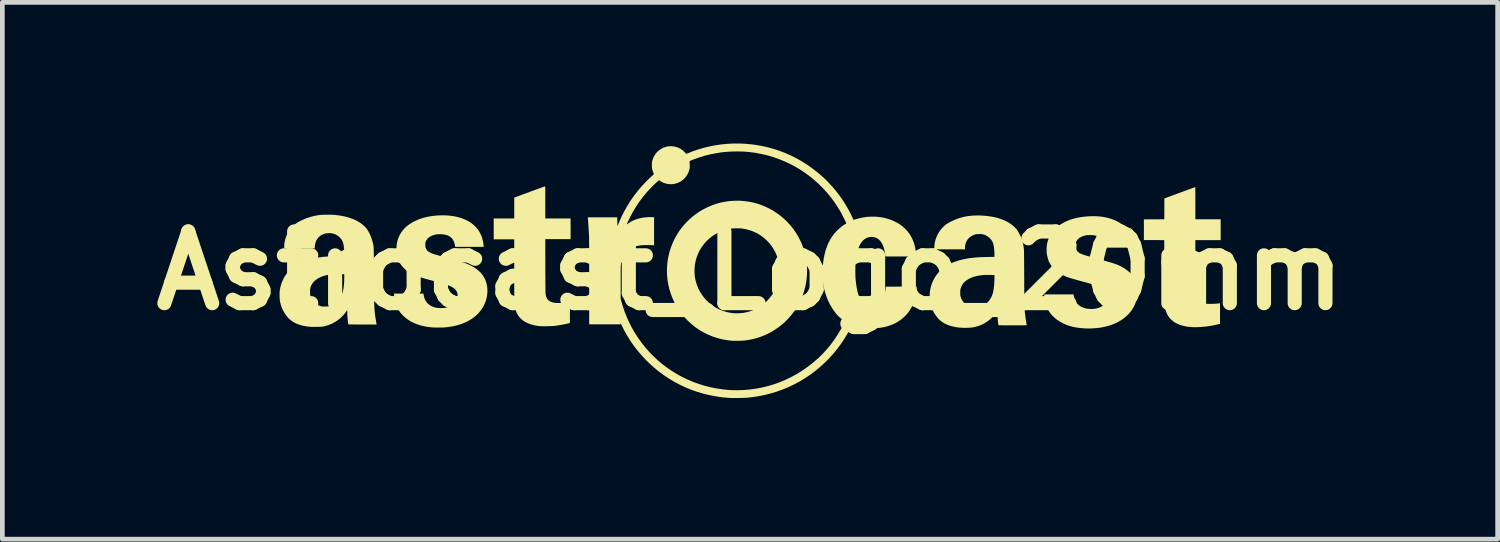
<source format=kicad_pcb>
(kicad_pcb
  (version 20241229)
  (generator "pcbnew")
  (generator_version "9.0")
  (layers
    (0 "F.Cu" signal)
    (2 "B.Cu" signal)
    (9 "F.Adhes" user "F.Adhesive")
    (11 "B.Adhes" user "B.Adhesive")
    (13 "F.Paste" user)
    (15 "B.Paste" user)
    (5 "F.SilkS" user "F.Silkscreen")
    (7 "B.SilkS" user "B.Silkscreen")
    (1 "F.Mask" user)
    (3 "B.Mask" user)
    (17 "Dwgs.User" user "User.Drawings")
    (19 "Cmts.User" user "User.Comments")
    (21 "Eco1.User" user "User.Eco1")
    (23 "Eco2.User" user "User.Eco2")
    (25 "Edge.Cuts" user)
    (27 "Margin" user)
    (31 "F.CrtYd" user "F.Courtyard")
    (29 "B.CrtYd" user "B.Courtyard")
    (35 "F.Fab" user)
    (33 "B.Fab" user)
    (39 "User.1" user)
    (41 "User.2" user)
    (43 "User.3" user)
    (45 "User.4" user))
  (footprint "Astrocast_Logo_20mm"
    (layer "F.Cu")
    (at 12.889 2.703)
    (property "Reference" "Astrocast_Logo_20mm" (at 0 0 0) (layer "F.SilkS") (effects (font (size 1.524 1.524) (thickness 0.3))))
    (attr board_only exclude_from_pos_files exclude_from_bom)
    (fp_poly (pts (xy -4.356 -1.793) (xy -4.355 -1.793) (xy -4.354 -1.791) (xy -4.354 -1.788) (xy -4.353 -1.783) (xy -4.353 -1.775) (xy -4.352 -1.765) (xy -4.352 -1.752) (xy -4.351 -1.736) (xy -4.351 -1.716) (xy -4.351 -1.691) (xy -4.351 -1.662) (xy -4.351 -1.628) (xy -4.351 -1.589) (xy -4.351 -1.544) (xy -4.351 -1.493) (xy -4.351 -1.452) (xy -4.351 -1.11) (xy -3.813 -1.11) (xy -3.813 -0.671) (xy -4.351 -0.671) (xy -4.35 -0.098) (xy -4.35 -0.021) (xy -4.35 0.05) (xy -4.349 0.114) (xy -4.349 0.173) (xy -4.349 0.225) (xy -4.349 0.272) (xy -4.348 0.314) (xy -4.348 0.351) (xy -4.348 0.383) (xy -4.347 0.411) (xy -4.347 0.434) (xy -4.347 0.454) (xy -4.346 0.47) (xy -4.346 0.482) (xy -4.345 0.491) (xy -4.345 0.498) (xy -4.344 0.5) (xy -4.336 0.539) (xy -4.324 0.573) (xy -4.308 0.601) (xy -4.288 0.625) (xy -4.264 0.644) (xy -4.234 0.66) (xy -4.199 0.672) (xy -4.174 0.678) (xy -4.163 0.68) (xy -4.153 0.682) (xy -4.142 0.683) (xy -4.13 0.684) (xy -4.116 0.685) (xy -4.099 0.685) (xy -4.077 0.686) (xy -4.05 0.686) (xy -4.036 0.686) (xy -3.984 0.685) (xy -3.937 0.684) (xy -3.897 0.682) (xy -3.863 0.679) (xy -3.838 0.675) (xy -3.826 0.673) (xy -3.827 0.892) (xy -3.828 1.111) (xy -3.859 1.119) (xy -3.91 1.131) (xy -3.966 1.142) (xy -4.024 1.153) (xy -4.082 1.162) (xy -4.139 1.17) (xy -4.165 1.173) (xy -4.184 1.175) (xy -4.208 1.176) (xy -4.235 1.177) (xy -4.266 1.178) (xy -4.298 1.179) (xy -4.33 1.18) (xy -4.362 1.18) (xy -4.392 1.18) (xy -4.419 1.18) (xy -4.442 1.179) (xy -4.46 1.178) (xy -4.465 1.178) (xy -4.538 1.168) (xy -4.606 1.155) (xy -4.668 1.137) (xy -4.725 1.115) (xy -4.777 1.09) (xy -4.823 1.06) (xy -4.864 1.026) (xy -4.9 0.987) (xy -4.931 0.944) (xy -4.957 0.897) (xy -4.978 0.846) (xy -4.994 0.789) (xy -5.005 0.729) (xy -5.008 0.704) (xy -5.008 0.696) (xy -5.009 0.681) (xy -5.009 0.66) (xy -5.009 0.631) (xy -5.01 0.597) (xy -5.01 0.556) (xy -5.01 0.508) (xy -5.011 0.454) (xy -5.011 0.393) (xy -5.011 0.326) (xy -5.011 0.253) (xy -5.011 0.174) (xy -5.011 0.089) (xy -5.011 0.002) (xy -5.011 -0.667) (xy -5.447 -0.667) (xy -5.447 -1.11) (xy -5.011 -1.11) (xy -5.011 -1.554) (xy -4.687 -1.673) (xy -4.642 -1.69) (xy -4.599 -1.706) (xy -4.558 -1.721) (xy -4.519 -1.735) (xy -4.484 -1.748) (xy -4.452 -1.76) (xy -4.424 -1.77) (xy -4.4 -1.778) (xy -4.381 -1.785) (xy -4.367 -1.79) (xy -4.359 -1.793) (xy -4.357 -1.793)) (stroke (width 0) (type solid)) (fill yes) (layer "F.SilkS"))
    (fp_poly (pts (xy 9.462 -1.774) (xy 9.462 -1.764) (xy 9.463 -1.748) (xy 9.463 -1.727) (xy 9.463 -1.701) (xy 9.463 -1.671) (xy 9.464 -1.636) (xy 9.464 -1.598) (xy 9.464 -1.557) (xy 9.464 -1.512) (xy 9.464 -1.466) (xy 9.464 -1.435) (xy 9.464 -1.093) (xy 10.002 -1.093) (xy 10.002 -0.65) (xy 9.464 -0.65) (xy 9.464 -0.13) (xy 9.464 -0.053) (xy 9.464 0.017) (xy 9.464 0.081) (xy 9.465 0.139) (xy 9.465 0.192) (xy 9.465 0.24) (xy 9.465 0.282) (xy 9.466 0.32) (xy 9.466 0.354) (xy 9.467 0.384) (xy 9.467 0.411) (xy 9.468 0.434) (xy 9.469 0.454) (xy 9.47 0.472) (xy 9.471 0.487) (xy 9.472 0.5) (xy 9.473 0.512) (xy 9.474 0.523) (xy 9.476 0.532) (xy 9.478 0.541) (xy 9.487 0.575) (xy 9.5 0.605) (xy 9.517 0.63) (xy 9.539 0.652) (xy 9.565 0.669) (xy 9.597 0.683) (xy 9.634 0.693) (xy 9.676 0.7) (xy 9.685 0.702) (xy 9.703 0.703) (xy 9.726 0.704) (xy 9.752 0.704) (xy 9.781 0.704) (xy 9.812 0.704) (xy 9.844 0.703) (xy 9.875 0.702) (xy 9.905 0.7) (xy 9.931 0.699) (xy 9.954 0.697) (xy 9.972 0.694) (xy 9.981 0.693) (xy 9.988 0.691) (xy 9.988 1.129) (xy 9.944 1.14) (xy 9.869 1.157) (xy 9.793 1.171) (xy 9.716 1.183) (xy 9.64 1.191) (xy 9.566 1.197) (xy 9.494 1.2) (xy 9.427 1.2) (xy 9.389 1.198) (xy 9.317 1.192) (xy 9.251 1.182) (xy 9.189 1.167) (xy 9.131 1.149) (xy 9.077 1.126) (xy 9.071 1.123) (xy 9.027 1.1) (xy 8.988 1.072) (xy 8.952 1.041) (xy 8.941 1.03) (xy 8.91 0.996) (xy 8.885 0.96) (xy 8.863 0.921) (xy 8.845 0.879) (xy 8.83 0.833) (xy 8.817 0.781) (xy 8.812 0.749) (xy 8.811 0.744) (xy 8.81 0.739) (xy 8.81 0.732) (xy 8.809 0.725) (xy 8.809 0.716) (xy 8.808 0.705) (xy 8.808 0.692) (xy 8.807 0.677) (xy 8.807 0.659) (xy 8.807 0.638) (xy 8.806 0.613) (xy 8.806 0.586) (xy 8.806 0.554) (xy 8.806 0.518) (xy 8.806 0.478) (xy 8.805 0.433) (xy 8.805 0.383) (xy 8.805 0.327) (xy 8.805 0.266) (xy 8.805 0.199) (xy 8.805 0.126) (xy 8.805 0.047) (xy 8.805 0.032) (xy 8.803 -0.65) (xy 8.587 -0.651) (xy 8.37 -0.652) (xy 8.37 -1.091) (xy 8.587 -1.092) (xy 8.804 -1.093) (xy 8.805 -1.315) (xy 8.805 -1.536) (xy 9.132 -1.657) (xy 9.177 -1.673) (xy 9.221 -1.689) (xy 9.262 -1.704) (xy 9.3 -1.718) (xy 9.336 -1.731) (xy 9.368 -1.743) (xy 9.396 -1.753) (xy 9.419 -1.762) (xy 9.438 -1.769) (xy 9.452 -1.773) (xy 9.46 -1.776) (xy 9.462 -1.777)) (stroke (width 0) (type solid)) (fill yes) (layer "F.SilkS"))
    (fp_poly (pts (xy -0.131 -1.481) (xy -0.033 -1.468) (xy 0.065 -1.449) (xy 0.161 -1.423) (xy 0.213 -1.406) (xy 0.305 -1.37) (xy 0.394 -1.329) (xy 0.48 -1.282) (xy 0.563 -1.229) (xy 0.642 -1.171) (xy 0.717 -1.108) (xy 0.788 -1.04) (xy 0.855 -0.968) (xy 0.916 -0.891) (xy 0.973 -0.811) (xy 1.024 -0.727) (xy 1.069 -0.639) (xy 1.091 -0.592) (xy 1.127 -0.5) (xy 1.157 -0.406) (xy 1.18 -0.311) (xy 1.198 -0.214) (xy 1.208 -0.117) (xy 1.213 -0.02) (xy 1.211 0.078) (xy 1.203 0.175) (xy 1.189 0.271) (xy 1.168 0.366) (xy 1.141 0.46) (xy 1.108 0.552) (xy 1.069 0.641) (xy 1.024 0.729) (xy 1 0.769) (xy 0.945 0.854) (xy 0.885 0.934) (xy 0.82 1.009) (xy 0.751 1.08) (xy 0.677 1.146) (xy 0.6 1.206) (xy 0.519 1.261) (xy 0.434 1.311) (xy 0.346 1.355) (xy 0.255 1.393) (xy 0.162 1.426) (xy 0.065 1.452) (xy -0.019 1.469) (xy -0.054 1.475) (xy -0.086 1.479) (xy -0.116 1.483) (xy -0.147 1.486) (xy -0.179 1.488) (xy -0.215 1.489) (xy -0.257 1.489) (xy -0.257 1.489) (xy -0.284 1.49) (xy -0.311 1.49) (xy -0.337 1.489) (xy -0.359 1.489) (xy -0.377 1.488) (xy -0.39 1.488) (xy -0.39 1.488) (xy -0.493 1.475) (xy -0.594 1.457) (xy -0.692 1.432) (xy -0.787 1.401) (xy -0.879 1.364) (xy -0.969 1.321) (xy -1.055 1.272) (xy -1.139 1.217) (xy -1.168 1.195) (xy -1.246 1.132) (xy -1.32 1.065) (xy -1.388 0.993) (xy -1.451 0.918) (xy -1.509 0.839) (xy -1.561 0.756) (xy -1.608 0.671) (xy -1.648 0.583) (xy -1.683 0.492) (xy -1.712 0.4) (xy -1.735 0.305) (xy -1.752 0.209) (xy -1.762 0.111) (xy -1.766 0.012) (xy -1.766 0.002) (xy -1.179 0.002) (xy -1.179 0.039) (xy -1.177 0.072) (xy -1.175 0.102) (xy -1.171 0.133) (xy -1.165 0.167) (xy -1.164 0.174) (xy -1.147 0.246) (xy -1.123 0.318) (xy -1.094 0.388) (xy -1.058 0.455) (xy -1.017 0.519) (xy -0.971 0.58) (xy -0.92 0.636) (xy -0.917 0.638) (xy -0.859 0.692) (xy -0.797 0.74) (xy -0.732 0.782) (xy -0.664 0.818) (xy -0.592 0.848) (xy -0.518 0.872) (xy -0.441 0.89) (xy -0.361 0.902) (xy -0.347 0.903) (xy -0.331 0.904) (xy -0.309 0.905) (xy -0.284 0.904) (xy -0.257 0.904) (xy -0.228 0.903) (xy -0.201 0.901) (xy -0.176 0.899) (xy -0.155 0.897) (xy -0.145 0.896) (xy -0.081 0.884) (xy -0.022 0.869) (xy 0.035 0.85) (xy 0.092 0.826) (xy 0.132 0.807) (xy 0.2 0.769) (xy 0.263 0.726) (xy 0.323 0.677) (xy 0.378 0.624) (xy 0.428 0.567) (xy 0.473 0.506) (xy 0.513 0.442) (xy 0.547 0.374) (xy 0.576 0.303) (xy 0.598 0.23) (xy 0.609 0.181) (xy 0.616 0.146) (xy 0.621 0.113) (xy 0.624 0.081) (xy 0.626 0.048) (xy 0.626 0.012) (xy 0.625 -0.023) (xy 0.624 -0.061) (xy 0.622 -0.093) (xy 0.619 -0.123) (xy 0.615 -0.151) (xy 0.609 -0.181) (xy 0.601 -0.214) (xy 0.6 -0.218) (xy 0.59 -0.259) (xy 0.577 -0.297) (xy 0.563 -0.334) (xy 0.546 -0.373) (xy 0.534 -0.397) (xy 0.503 -0.455) (xy 0.47 -0.508) (xy 0.433 -0.559) (xy 0.39 -0.607) (xy 0.352 -0.647) (xy 0.293 -0.699) (xy 0.231 -0.746) (xy 0.166 -0.787) (xy 0.098 -0.821) (xy 0.026 -0.85) (xy -0.049 -0.873) (xy -0.128 -0.89) (xy -0.152 -0.894) (xy -0.174 -0.897) (xy -0.201 -0.899) (xy -0.231 -0.9) (xy -0.264 -0.9) (xy -0.297 -0.9) (xy -0.33 -0.9) (xy -0.36 -0.898) (xy -0.385 -0.896) (xy -0.4 -0.894) (xy -0.478 -0.879) (xy -0.554 -0.858) (xy -0.626 -0.831) (xy -0.696 -0.799) (xy -0.762 -0.761) (xy -0.825 -0.717) (xy -0.883 -0.669) (xy -0.937 -0.615) (xy -0.987 -0.557) (xy -1.032 -0.495) (xy -1.072 -0.428) (xy -1.082 -0.409) (xy -1.113 -0.34) (xy -1.138 -0.272) (xy -1.157 -0.202) (xy -1.17 -0.131) (xy -1.178 -0.058) (xy -1.179 0.002) (xy -1.766 0.002) (xy -1.763 -0.088) (xy -1.754 -0.188) (xy -1.75 -0.22) (xy -1.732 -0.315) (xy -1.709 -0.41) (xy -1.678 -0.503) (xy -1.642 -0.594) (xy -1.6 -0.683) (xy -1.553 -0.768) (xy -1.5 -0.849) (xy -1.467 -0.894) (xy -1.413 -0.961) (xy -1.354 -1.026) (xy -1.291 -1.088) (xy -1.227 -1.146) (xy -1.161 -1.197) (xy -1.154 -1.202) (xy -1.071 -1.259) (xy -0.984 -1.309) (xy -0.896 -1.353) (xy -0.805 -1.391) (xy -0.712 -1.423) (xy -0.617 -1.449) (xy -0.521 -1.468) (xy -0.424 -1.481) (xy -0.327 -1.487) (xy -0.229 -1.488)) (stroke (width 0) (type solid)) (fill yes) (layer "F.SilkS"))
    (fp_poly (pts (xy -6.487 -1.177) (xy -6.402 -1.172) (xy -6.32 -1.162) (xy -6.243 -1.148) (xy -6.169 -1.129) (xy -6.1 -1.106) (xy -6.036 -1.078) (xy -5.976 -1.046) (xy -5.921 -1.01) (xy -5.871 -0.97) (xy -5.825 -0.926) (xy -5.785 -0.878) (xy -5.751 -0.826) (xy -5.722 -0.77) (xy -5.699 -0.714) (xy -5.691 -0.687) (xy -5.683 -0.656) (xy -5.675 -0.624) (xy -5.669 -0.592) (xy -5.665 -0.562) (xy -5.662 -0.535) (xy -5.661 -0.518) (xy -5.661 -0.507) (xy -6.266 -0.507) (xy -6.272 -0.544) (xy -6.282 -0.588) (xy -6.297 -0.628) (xy -6.317 -0.663) (xy -6.341 -0.694) (xy -6.37 -0.719) (xy -6.404 -0.74) (xy -6.443 -0.756) (xy -6.487 -0.767) (xy -6.536 -0.774) (xy -6.587 -0.776) (xy -6.631 -0.775) (xy -6.671 -0.771) (xy -6.707 -0.763) (xy -6.741 -0.752) (xy -6.776 -0.738) (xy -6.776 -0.737) (xy -6.812 -0.717) (xy -6.842 -0.694) (xy -6.866 -0.667) (xy -6.884 -0.636) (xy -6.894 -0.613) (xy -6.898 -0.599) (xy -6.901 -0.585) (xy -6.902 -0.568) (xy -6.902 -0.555) (xy -6.9 -0.522) (xy -6.895 -0.492) (xy -6.885 -0.466) (xy -6.871 -0.442) (xy -6.852 -0.421) (xy -6.828 -0.402) (xy -6.798 -0.385) (xy -6.762 -0.369) (xy -6.72 -0.354) (xy -6.717 -0.353) (xy -6.706 -0.349) (xy -6.689 -0.344) (xy -6.667 -0.338) (xy -6.641 -0.33) (xy -6.61 -0.321) (xy -6.576 -0.312) (xy -6.539 -0.301) (xy -6.5 -0.291) (xy -6.459 -0.279) (xy -6.417 -0.268) (xy -6.416 -0.267) (xy -6.363 -0.253) (xy -6.316 -0.24) (xy -6.275 -0.229) (xy -6.24 -0.219) (xy -6.208 -0.21) (xy -6.181 -0.202) (xy -6.157 -0.195) (xy -6.137 -0.189) (xy -6.119 -0.184) (xy -6.103 -0.179) (xy -6.089 -0.174) (xy -6.076 -0.17) (xy -6.063 -0.165) (xy -6.051 -0.161) (xy -6.038 -0.156) (xy -6.029 -0.152) (xy -5.958 -0.122) (xy -5.894 -0.088) (xy -5.835 -0.052) (xy -5.783 -0.012) (xy -5.736 0.03) (xy -5.696 0.076) (xy -5.662 0.125) (xy -5.633 0.177) (xy -5.616 0.218) (xy -5.599 0.275) (xy -5.587 0.334) (xy -5.581 0.395) (xy -5.581 0.457) (xy -5.587 0.52) (xy -5.599 0.582) (xy -5.616 0.643) (xy -5.639 0.702) (xy -5.667 0.759) (xy -5.67 0.766) (xy -5.708 0.825) (xy -5.752 0.881) (xy -5.8 0.932) (xy -5.854 0.979) (xy -5.913 1.023) (xy -5.976 1.061) (xy -6.044 1.096) (xy -6.117 1.126) (xy -6.194 1.152) (xy -6.276 1.173) (xy -6.361 1.189) (xy -6.451 1.201) (xy -6.496 1.205) (xy -6.515 1.206) (xy -6.54 1.207) (xy -6.568 1.208) (xy -6.599 1.208) (xy -6.631 1.208) (xy -6.663 1.208) (xy -6.693 1.207) (xy -6.72 1.207) (xy -6.743 1.206) (xy -6.756 1.205) (xy -6.844 1.195) (xy -6.928 1.18) (xy -7.007 1.161) (xy -7.081 1.136) (xy -7.152 1.107) (xy -7.217 1.073) (xy -7.279 1.033) (xy -7.333 0.991) (xy -7.382 0.946) (xy -7.426 0.897) (xy -7.463 0.844) (xy -7.495 0.788) (xy -7.521 0.728) (xy -7.541 0.666) (xy -7.555 0.601) (xy -7.563 0.534) (xy -7.563 0.528) (xy -7.566 0.487) (xy -6.938 0.487) (xy -6.938 0.498) (xy -6.937 0.506) (xy -6.935 0.519) (xy -6.933 0.534) (xy -6.932 0.54) (xy -6.919 0.585) (xy -6.901 0.626) (xy -6.878 0.664) (xy -6.849 0.697) (xy -6.816 0.725) (xy -6.777 0.749) (xy -6.735 0.768) (xy -6.688 0.782) (xy -6.683 0.783) (xy -6.638 0.791) (xy -6.591 0.794) (xy -6.543 0.794) (xy -6.496 0.791) (xy -6.451 0.783) (xy -6.41 0.772) (xy -6.383 0.762) (xy -6.345 0.743) (xy -6.311 0.719) (xy -6.282 0.692) (xy -6.257 0.662) (xy -6.238 0.629) (xy -6.224 0.594) (xy -6.216 0.557) (xy -6.214 0.52) (xy -6.216 0.499) (xy -6.222 0.469) (xy -6.233 0.442) (xy -6.248 0.417) (xy -6.268 0.393) (xy -6.293 0.372) (xy -6.324 0.351) (xy -6.36 0.332) (xy -6.403 0.313) (xy -6.445 0.298) (xy -6.456 0.294) (xy -6.473 0.289) (xy -6.495 0.283) (xy -6.521 0.275) (xy -6.552 0.266) (xy -6.586 0.257) (xy -6.622 0.247) (xy -6.66 0.236) (xy -6.7 0.225) (xy -6.727 0.218) (xy -6.782 0.203) (xy -6.831 0.19) (xy -6.874 0.178) (xy -6.912 0.167) (xy -6.945 0.157) (xy -6.975 0.149) (xy -7.001 0.141) (xy -7.024 0.134) (xy -7.044 0.127) (xy -7.063 0.121) (xy -7.08 0.115) (xy -7.096 0.108) (xy -7.112 0.102) (xy -7.112 0.102) (xy -7.177 0.072) (xy -7.237 0.039) (xy -7.29 0.003) (xy -7.338 -0.036) (xy -7.38 -0.079) (xy -7.416 -0.126) (xy -7.447 -0.176) (xy -7.471 -0.229) (xy -7.491 -0.287) (xy -7.505 -0.348) (xy -7.508 -0.371) (xy -7.511 -0.396) (xy -7.512 -0.425) (xy -7.513 -0.456) (xy -7.513 -0.488) (xy -7.512 -0.519) (xy -7.51 -0.546) (xy -7.508 -0.561) (xy -7.496 -0.625) (xy -7.477 -0.686) (xy -7.452 -0.744) (xy -7.422 -0.799) (xy -7.385 -0.851) (xy -7.343 -0.899) (xy -7.296 -0.944) (xy -7.242 -0.985) (xy -7.184 -1.023) (xy -7.12 -1.057) (xy -7.051 -1.087) (xy -6.977 -1.113) (xy -6.928 -1.128) (xy -6.865 -1.143) (xy -6.797 -1.156) (xy -6.726 -1.166) (xy -6.654 -1.173) (xy -6.581 -1.176) (xy -6.51 -1.177)) (stroke (width 0) (type solid)) (fill yes) (layer "F.SilkS"))
    (fp_poly (pts (xy 7.35 -1.158) (xy 7.428 -1.153) (xy 7.503 -1.144) (xy 7.524 -1.14) (xy 7.599 -1.124) (xy 7.67 -1.104) (xy 7.737 -1.079) (xy 7.8 -1.05) (xy 7.859 -1.017) (xy 7.912 -0.98) (xy 7.96 -0.939) (xy 8.003 -0.895) (xy 8.006 -0.892) (xy 8.044 -0.842) (xy 8.077 -0.789) (xy 8.104 -0.732) (xy 8.125 -0.673) (xy 8.141 -0.609) (xy 8.151 -0.542) (xy 8.155 -0.508) (xy 8.156 -0.49) (xy 7.548 -0.49) (xy 7.546 -0.512) (xy 7.539 -0.553) (xy 7.527 -0.591) (xy 7.511 -0.627) (xy 7.49 -0.658) (xy 7.475 -0.676) (xy 7.447 -0.7) (xy 7.416 -0.72) (xy 7.382 -0.735) (xy 7.342 -0.747) (xy 7.324 -0.751) (xy 7.306 -0.754) (xy 7.283 -0.756) (xy 7.257 -0.757) (xy 7.229 -0.757) (xy 7.202 -0.757) (xy 7.177 -0.756) (xy 7.155 -0.755) (xy 7.142 -0.753) (xy 7.102 -0.743) (xy 7.064 -0.73) (xy 7.029 -0.714) (xy 6.998 -0.696) (xy 6.973 -0.675) (xy 6.956 -0.656) (xy 6.937 -0.628) (xy 6.924 -0.599) (xy 6.917 -0.569) (xy 6.914 -0.535) (xy 6.914 -0.533) (xy 6.917 -0.498) (xy 6.923 -0.467) (xy 6.935 -0.439) (xy 6.953 -0.415) (xy 6.976 -0.394) (xy 7.005 -0.374) (xy 7.028 -0.362) (xy 7.037 -0.358) (xy 7.047 -0.354) (xy 7.056 -0.35) (xy 7.067 -0.346) (xy 7.079 -0.341) (xy 7.093 -0.337) (xy 7.11 -0.331) (xy 7.129 -0.326) (xy 7.152 -0.319) (xy 7.178 -0.311) (xy 7.209 -0.303) (xy 7.244 -0.293) (xy 7.284 -0.282) (xy 7.33 -0.269) (xy 7.381 -0.255) (xy 7.403 -0.249) (xy 7.46 -0.233) (xy 7.512 -0.219) (xy 7.557 -0.206) (xy 7.598 -0.194) (xy 7.634 -0.184) (xy 7.666 -0.175) (xy 7.694 -0.166) (xy 7.719 -0.158) (xy 7.741 -0.151) (xy 7.761 -0.144) (xy 7.779 -0.137) (xy 7.796 -0.131) (xy 7.813 -0.124) (xy 7.828 -0.118) (xy 7.888 -0.089) (xy 7.944 -0.058) (xy 7.995 -0.023) (xy 8.042 0.013) (xy 8.084 0.052) (xy 8.12 0.092) (xy 8.134 0.112) (xy 8.166 0.162) (xy 8.192 0.216) (xy 8.212 0.273) (xy 8.226 0.332) (xy 8.233 0.395) (xy 8.235 0.446) (xy 8.232 0.514) (xy 8.222 0.58) (xy 8.206 0.645) (xy 8.183 0.707) (xy 8.155 0.768) (xy 8.12 0.825) (xy 8.08 0.88) (xy 8.034 0.932) (xy 7.982 0.98) (xy 7.925 1.025) (xy 7.893 1.047) (xy 7.828 1.086) (xy 7.758 1.12) (xy 7.683 1.15) (xy 7.604 1.175) (xy 7.521 1.195) (xy 7.433 1.211) (xy 7.385 1.217) (xy 7.371 1.219) (xy 7.351 1.22) (xy 7.328 1.222) (xy 7.304 1.223) (xy 7.278 1.225) (xy 7.253 1.226) (xy 7.23 1.227) (xy 7.209 1.228) (xy 7.193 1.228) (xy 7.182 1.228) (xy 7.182 1.228) (xy 7.175 1.228) (xy 7.163 1.228) (xy 7.146 1.227) (xy 7.127 1.226) (xy 7.113 1.225) (xy 7.024 1.219) (xy 6.939 1.208) (xy 6.858 1.192) (xy 6.782 1.171) (xy 6.71 1.145) (xy 6.642 1.114) (xy 6.579 1.078) (xy 6.518 1.037) (xy 6.466 0.994) (xy 6.42 0.95) (xy 6.38 0.902) (xy 6.345 0.849) (xy 6.324 0.811) (xy 6.301 0.76) (xy 6.282 0.707) (xy 6.267 0.653) (xy 6.258 0.6) (xy 6.254 0.55) (xy 6.254 0.539) (xy 6.254 0.504) (xy 6.876 0.504) (xy 6.878 0.52) (xy 6.888 0.569) (xy 6.902 0.615) (xy 6.922 0.655) (xy 6.946 0.691) (xy 6.976 0.723) (xy 7.011 0.75) (xy 7.05 0.772) (xy 7.094 0.79) (xy 7.143 0.803) (xy 7.191 0.81) (xy 7.244 0.813) (xy 7.296 0.812) (xy 7.345 0.806) (xy 7.39 0.795) (xy 7.432 0.78) (xy 7.471 0.761) (xy 7.505 0.738) (xy 7.535 0.712) (xy 7.559 0.682) (xy 7.579 0.648) (xy 7.592 0.612) (xy 7.597 0.595) (xy 7.602 0.557) (xy 7.601 0.521) (xy 7.595 0.488) (xy 7.582 0.458) (xy 7.564 0.43) (xy 7.539 0.404) (xy 7.508 0.379) (xy 7.47 0.357) (xy 7.436 0.341) (xy 7.424 0.336) (xy 7.411 0.331) (xy 7.398 0.325) (xy 7.383 0.32) (xy 7.367 0.315) (xy 7.348 0.309) (xy 7.326 0.302) (xy 7.301 0.294) (xy 7.272 0.286) (xy 7.238 0.277) (xy 7.2 0.266) (xy 7.156 0.254) (xy 7.107 0.241) (xy 7.081 0.234) (xy 7.027 0.219) (xy 6.979 0.206) (xy 6.937 0.194) (xy 6.9 0.183) (xy 6.867 0.174) (xy 6.838 0.166) (xy 6.813 0.158) (xy 6.791 0.151) (xy 6.771 0.145) (xy 6.753 0.139) (xy 6.737 0.133) (xy 6.721 0.127) (xy 6.706 0.121) (xy 6.706 0.121) (xy 6.641 0.091) (xy 6.581 0.058) (xy 6.527 0.021) (xy 6.479 -0.019) (xy 6.436 -0.062) (xy 6.4 -0.109) (xy 6.369 -0.16) (xy 6.344 -0.214) (xy 6.325 -0.272) (xy 6.312 -0.333) (xy 6.305 -0.383) (xy 6.302 -0.451) (xy 6.305 -0.516) (xy 6.314 -0.58) (xy 6.33 -0.64) (xy 6.352 -0.699) (xy 6.379 -0.754) (xy 6.412 -0.807) (xy 6.451 -0.856) (xy 6.496 -0.903) (xy 6.546 -0.946) (xy 6.601 -0.985) (xy 6.662 -1.021) (xy 6.728 -1.053) (xy 6.798 -1.082) (xy 6.874 -1.106) (xy 6.875 -1.106) (xy 6.948 -1.124) (xy 7.026 -1.138) (xy 7.106 -1.149) (xy 7.187 -1.156) (xy 7.269 -1.159)) (stroke (width 0) (type solid)) (fill yes) (layer "F.SilkS"))
    (fp_poly (pts (xy 4.919 -1.172) (xy 5.008 -1.166) (xy 5.091 -1.156) (xy 5.17 -1.143) (xy 5.244 -1.126) (xy 5.314 -1.105) (xy 5.38 -1.08) (xy 5.413 -1.066) (xy 5.457 -1.044) (xy 5.5 -1.019) (xy 5.541 -0.993) (xy 5.579 -0.964) (xy 5.614 -0.935) (xy 5.644 -0.905) (xy 5.669 -0.876) (xy 5.678 -0.863) (xy 5.714 -0.804) (xy 5.746 -0.74) (xy 5.772 -0.673) (xy 5.794 -0.604) (xy 5.81 -0.534) (xy 5.82 -0.464) (xy 5.821 -0.449) (xy 5.822 -0.441) (xy 5.822 -0.425) (xy 5.822 -0.404) (xy 5.823 -0.377) (xy 5.823 -0.344) (xy 5.824 -0.306) (xy 5.824 -0.263) (xy 5.825 -0.216) (xy 5.825 -0.164) (xy 5.825 -0.109) (xy 5.826 -0.049) (xy 5.826 0.013) (xy 5.826 0.079) (xy 5.827 0.145) (xy 5.827 0.222) (xy 5.827 0.293) (xy 5.827 0.358) (xy 5.828 0.417) (xy 5.828 0.47) (xy 5.828 0.519) (xy 5.829 0.563) (xy 5.829 0.603) (xy 5.83 0.638) (xy 5.83 0.671) (xy 5.831 0.7) (xy 5.832 0.726) (xy 5.832 0.749) (xy 5.833 0.771) (xy 5.834 0.79) (xy 5.835 0.809) (xy 5.836 0.826) (xy 5.837 0.842) (xy 5.839 0.858) (xy 5.84 0.874) (xy 5.84 0.877) (xy 5.843 0.905) (xy 5.847 0.935) (xy 5.851 0.967) (xy 5.855 0.999) (xy 5.86 1.031) (xy 5.864 1.061) (xy 5.869 1.089) (xy 5.873 1.114) (xy 5.877 1.134) (xy 5.88 1.149) (xy 5.881 1.155) (xy 5.881 1.156) (xy 5.881 1.157) (xy 5.879 1.158) (xy 5.875 1.158) (xy 5.869 1.159) (xy 5.861 1.159) (xy 5.849 1.16) (xy 5.835 1.16) (xy 5.816 1.16) (xy 5.794 1.161) (xy 5.767 1.161) (xy 5.735 1.161) (xy 5.697 1.161) (xy 5.654 1.161) (xy 5.604 1.161) (xy 5.582 1.161) (xy 5.53 1.161) (xy 5.484 1.161) (xy 5.444 1.161) (xy 5.41 1.161) (xy 5.38 1.161) (xy 5.356 1.16) (xy 5.336 1.16) (xy 5.319 1.16) (xy 5.307 1.16) (xy 5.297 1.159) (xy 5.29 1.159) (xy 5.285 1.158) (xy 5.282 1.157) (xy 5.28 1.156) (xy 5.279 1.155) (xy 5.279 1.155) (xy 5.277 1.144) (xy 5.274 1.128) (xy 5.271 1.107) (xy 5.269 1.082) (xy 5.266 1.054) (xy 5.264 1.025) (xy 5.261 0.995) (xy 5.26 0.966) (xy 5.258 0.938) (xy 5.257 0.922) (xy 5.255 0.856) (xy 5.237 0.883) (xy 5.216 0.912) (xy 5.196 0.938) (xy 5.174 0.963) (xy 5.148 0.99) (xy 5.142 0.996) (xy 5.089 1.044) (xy 5.032 1.086) (xy 4.972 1.123) (xy 4.908 1.154) (xy 4.841 1.178) (xy 4.771 1.197) (xy 4.72 1.207) (xy 4.701 1.209) (xy 4.677 1.211) (xy 4.648 1.212) (xy 4.617 1.213) (xy 4.585 1.214) (xy 4.553 1.214) (xy 4.522 1.213) (xy 4.495 1.212) (xy 4.417 1.205) (xy 4.344 1.193) (xy 4.277 1.178) (xy 4.214 1.157) (xy 4.156 1.132) (xy 4.103 1.103) (xy 4.056 1.069) (xy 4.013 1.031) (xy 3.983 0.998) (xy 3.941 0.942) (xy 3.904 0.883) (xy 3.875 0.822) (xy 3.851 0.758) (xy 3.833 0.693) (xy 3.822 0.625) (xy 3.817 0.556) (xy 3.819 0.487) (xy 3.823 0.452) (xy 4.467 0.452) (xy 4.467 0.482) (xy 4.468 0.504) (xy 4.469 0.521) (xy 4.471 0.534) (xy 4.474 0.546) (xy 4.478 0.559) (xy 4.478 0.562) (xy 4.496 0.605) (xy 4.518 0.645) (xy 4.546 0.68) (xy 4.578 0.711) (xy 4.615 0.737) (xy 4.655 0.757) (xy 4.698 0.772) (xy 4.735 0.779) (xy 4.761 0.782) (xy 4.789 0.782) (xy 4.821 0.78) (xy 4.826 0.779) (xy 4.875 0.771) (xy 4.922 0.756) (xy 4.966 0.735) (xy 5.007 0.709) (xy 5.044 0.677) (xy 5.077 0.641) (xy 5.093 0.618) (xy 5.112 0.589) (xy 5.128 0.56) (xy 5.142 0.529) (xy 5.154 0.497) (xy 5.164 0.462) (xy 5.172 0.424) (xy 5.179 0.383) (xy 5.185 0.337) (xy 5.189 0.287) (xy 5.192 0.231) (xy 5.194 0.177) (xy 5.196 0.093) (xy 5.164 0.091) (xy 5.144 0.09) (xy 5.118 0.089) (xy 5.09 0.089) (xy 5.059 0.089) (xy 5.029 0.089) (xy 5.001 0.09) (xy 4.976 0.091) (xy 4.956 0.092) (xy 4.953 0.092) (xy 4.881 0.101) (xy 4.814 0.113) (xy 4.753 0.13) (xy 4.698 0.15) (xy 4.647 0.175) (xy 4.603 0.203) (xy 4.564 0.235) (xy 4.551 0.247) (xy 4.525 0.277) (xy 4.505 0.307) (xy 4.489 0.339) (xy 4.484 0.353) (xy 4.476 0.376) (xy 4.471 0.399) (xy 4.468 0.424) (xy 4.467 0.452) (xy 3.823 0.452) (xy 3.827 0.416) (xy 3.842 0.346) (xy 3.842 0.345) (xy 3.863 0.278) (xy 3.89 0.213) (xy 3.922 0.151) (xy 3.961 0.093) (xy 4.004 0.038) (xy 4.053 -0.013) (xy 4.106 -0.059) (xy 4.15 -0.091) (xy 4.202 -0.122) (xy 4.259 -0.152) (xy 4.322 -0.179) (xy 4.389 -0.203) (xy 4.46 -0.225) (xy 4.534 -0.243) (xy 4.587 -0.253) (xy 4.638 -0.262) (xy 4.688 -0.269) (xy 4.74 -0.275) (xy 4.793 -0.28) (xy 4.849 -0.285) (xy 4.909 -0.288) (xy 4.974 -0.29) (xy 5.044 -0.292) (xy 5.053 -0.292) (xy 5.196 -0.294) (xy 5.194 -0.371) (xy 5.192 -0.418) (xy 5.188 -0.462) (xy 5.183 -0.504) (xy 5.176 -0.541) (xy 5.168 -0.574) (xy 5.159 -0.601) (xy 5.154 -0.612) (xy 5.133 -0.648) (xy 5.106 -0.681) (xy 5.074 -0.711) (xy 5.039 -0.736) (xy 5.001 -0.756) (xy 4.986 -0.762) (xy 4.964 -0.769) (xy 4.944 -0.774) (xy 4.924 -0.777) (xy 4.901 -0.779) (xy 4.874 -0.779) (xy 4.856 -0.779) (xy 4.835 -0.778) (xy 4.819 -0.777) (xy 4.806 -0.776) (xy 4.795 -0.774) (xy 4.785 -0.771) (xy 4.772 -0.767) (xy 4.77 -0.766) (xy 4.727 -0.749) (xy 4.689 -0.726) (xy 4.656 -0.7) (xy 4.628 -0.669) (xy 4.605 -0.634) (xy 4.601 -0.625) (xy 4.588 -0.594) (xy 4.578 -0.564) (xy 4.572 -0.532) (xy 4.569 -0.497) (xy 4.567 -0.454) (xy 3.917 -0.454) (xy 3.916 -0.473) (xy 3.916 -0.49) (xy 3.917 -0.511) (xy 3.919 -0.535) (xy 3.922 -0.561) (xy 3.925 -0.586) (xy 3.929 -0.606) (xy 3.944 -0.666) (xy 3.966 -0.724) (xy 3.993 -0.781) (xy 4.026 -0.835) (xy 4.063 -0.885) (xy 4.105 -0.931) (xy 4.149 -0.971) (xy 4.175 -0.99) (xy 4.207 -1.01) (xy 4.243 -1.03) (xy 4.282 -1.05) (xy 4.324 -1.07) (xy 4.367 -1.088) (xy 4.409 -1.104) (xy 4.451 -1.119) (xy 4.461 -1.122) (xy 4.523 -1.139) (xy 4.585 -1.153) (xy 4.647 -1.163) (xy 4.71 -1.169) (xy 4.777 -1.173) (xy 4.847 -1.174)) (stroke (width 0) (type solid)) (fill yes) (layer "F.SilkS"))
    (fp_poly (pts (xy -8.952 -1.19) (xy -8.919 -1.189) (xy -8.889 -1.189) (xy -8.861 -1.188) (xy -8.837 -1.187) (xy -8.818 -1.186) (xy -8.816 -1.185) (xy -8.726 -1.174) (xy -8.642 -1.159) (xy -8.562 -1.14) (xy -8.487 -1.117) (xy -8.417 -1.09) (xy -8.353 -1.059) (xy -8.302 -1.029) (xy -8.273 -1.01) (xy -8.245 -0.988) (xy -8.217 -0.965) (xy -8.192 -0.942) (xy -8.169 -0.919) (xy -8.151 -0.899) (xy -8.145 -0.89) (xy -8.116 -0.845) (xy -8.088 -0.794) (xy -8.063 -0.739) (xy -8.041 -0.681) (xy -8.024 -0.622) (xy -8.019 -0.606) (xy -8.015 -0.59) (xy -8.012 -0.575) (xy -8.009 -0.562) (xy -8.006 -0.549) (xy -8.004 -0.536) (xy -8.002 -0.523) (xy -8 -0.509) (xy -7.999 -0.493) (xy -7.998 -0.474) (xy -7.997 -0.453) (xy -7.996 -0.429) (xy -7.996 -0.402) (xy -7.995 -0.369) (xy -7.995 -0.332) (xy -7.994 -0.29) (xy -7.994 -0.241) (xy -7.993 -0.211) (xy -7.993 -0.159) (xy -7.992 -0.102) (xy -7.992 -0.041) (xy -7.992 0.023) (xy -7.991 0.087) (xy -7.991 0.152) (xy -7.991 0.215) (xy -7.991 0.275) (xy -7.99 0.33) (xy -7.99 0.352) (xy -7.99 0.419) (xy -7.99 0.479) (xy -7.99 0.534) (xy -7.989 0.584) (xy -7.988 0.629) (xy -7.987 0.67) (xy -7.986 0.707) (xy -7.985 0.742) (xy -7.983 0.774) (xy -7.982 0.804) (xy -7.979 0.833) (xy -7.977 0.861) (xy -7.974 0.889) (xy -7.971 0.917) (xy -7.968 0.943) (xy -7.966 0.958) (xy -7.963 0.978) (xy -7.959 1.001) (xy -7.955 1.026) (xy -7.951 1.052) (xy -7.947 1.076) (xy -7.943 1.099) (xy -7.94 1.117) (xy -7.937 1.131) (xy -7.937 1.133) (xy -7.935 1.144) (xy -8.198 1.144) (xy -8.241 1.144) (xy -8.283 1.144) (xy -8.323 1.144) (xy -8.36 1.143) (xy -8.394 1.143) (xy -8.425 1.143) (xy -8.452 1.143) (xy -8.473 1.142) (xy -8.489 1.142) (xy -8.499 1.142) (xy -8.5 1.142) (xy -8.538 1.139) (xy -8.541 1.114) (xy -8.549 1.05) (xy -8.555 0.987) (xy -8.558 0.921) (xy -8.558 0.914) (xy -8.56 0.836) (xy -8.576 0.86) (xy -8.617 0.916) (xy -8.663 0.967) (xy -8.714 1.015) (xy -8.769 1.057) (xy -8.828 1.095) (xy -8.889 1.127) (xy -8.953 1.153) (xy -9.006 1.17) (xy -9.029 1.176) (xy -9.05 1.181) (xy -9.069 1.185) (xy -9.087 1.188) (xy -9.107 1.19) (xy -9.128 1.191) (xy -9.153 1.192) (xy -9.182 1.193) (xy -9.217 1.193) (xy -9.219 1.193) (xy -9.246 1.193) (xy -9.272 1.194) (xy -9.295 1.193) (xy -9.314 1.193) (xy -9.33 1.193) (xy -9.339 1.193) (xy -9.342 1.193) (xy -9.417 1.184) (xy -9.488 1.172) (xy -9.553 1.156) (xy -9.612 1.135) (xy -9.668 1.111) (xy -9.718 1.082) (xy -9.765 1.048) (xy -9.807 1.01) (xy -9.845 0.967) (xy -9.88 0.919) (xy -9.912 0.866) (xy -9.931 0.829) (xy -9.951 0.783) (xy -9.967 0.736) (xy -9.981 0.686) (xy -9.991 0.64) (xy -9.993 0.622) (xy -9.995 0.599) (xy -9.996 0.572) (xy -9.997 0.542) (xy -9.997 0.511) (xy -9.997 0.481) (xy -9.996 0.452) (xy -9.995 0.446) (xy -9.35 0.446) (xy -9.35 0.47) (xy -9.349 0.488) (xy -9.348 0.503) (xy -9.346 0.515) (xy -9.344 0.526) (xy -9.328 0.57) (xy -9.308 0.611) (xy -9.282 0.648) (xy -9.251 0.681) (xy -9.217 0.709) (xy -9.178 0.732) (xy -9.137 0.749) (xy -9.121 0.753) (xy -9.108 0.757) (xy -9.094 0.759) (xy -9.08 0.761) (xy -9.062 0.761) (xy -9.04 0.761) (xy -9.025 0.761) (xy -9.002 0.76) (xy -8.984 0.76) (xy -8.969 0.758) (xy -8.957 0.757) (xy -8.945 0.754) (xy -8.934 0.751) (xy -8.885 0.734) (xy -8.841 0.712) (xy -8.8 0.684) (xy -8.764 0.65) (xy -8.731 0.612) (xy -8.703 0.567) (xy -8.679 0.518) (xy -8.676 0.511) (xy -8.66 0.468) (xy -8.648 0.42) (xy -8.638 0.367) (xy -8.631 0.308) (xy -8.626 0.244) (xy -8.624 0.174) (xy -8.623 0.141) (xy -8.623 0.076) (xy -8.641 0.074) (xy -8.674 0.071) (xy -8.712 0.07) (xy -8.754 0.069) (xy -8.796 0.07) (xy -8.839 0.072) (xy -8.879 0.075) (xy -8.916 0.079) (xy -8.923 0.08) (xy -8.988 0.092) (xy -9.049 0.107) (xy -9.104 0.126) (xy -9.155 0.149) (xy -9.2 0.175) (xy -9.239 0.204) (xy -9.273 0.236) (xy -9.301 0.272) (xy -9.323 0.31) (xy -9.333 0.332) (xy -9.34 0.353) (xy -9.345 0.374) (xy -9.348 0.397) (xy -9.349 0.424) (xy -9.35 0.446) (xy -9.995 0.446) (xy -9.994 0.427) (xy -9.992 0.406) (xy -9.991 0.4) (xy -9.975 0.327) (xy -9.953 0.258) (xy -9.925 0.192) (xy -9.892 0.129) (xy -9.853 0.07) (xy -9.809 0.016) (xy -9.759 -0.035) (xy -9.705 -0.081) (xy -9.683 -0.098) (xy -9.634 -0.13) (xy -9.579 -0.159) (xy -9.519 -0.187) (xy -9.454 -0.212) (xy -9.386 -0.234) (xy -9.314 -0.253) (xy -9.24 -0.269) (xy -9.207 -0.275) (xy -9.167 -0.282) (xy -9.128 -0.287) (xy -9.089 -0.292) (xy -9.05 -0.296) (xy -9.008 -0.3) (xy -8.964 -0.303) (xy -8.917 -0.305) (xy -8.865 -0.307) (xy -8.807 -0.309) (xy -8.775 -0.31) (xy -8.743 -0.311) (xy -8.714 -0.312) (xy -8.688 -0.313) (xy -8.665 -0.314) (xy -8.647 -0.314) (xy -8.633 -0.315) (xy -8.625 -0.315) (xy -8.623 -0.316) (xy -8.623 -0.319) (xy -8.622 -0.329) (xy -8.622 -0.343) (xy -8.622 -0.361) (xy -8.622 -0.381) (xy -8.622 -0.382) (xy -8.623 -0.422) (xy -8.626 -0.462) (xy -8.631 -0.5) (xy -8.636 -0.537) (xy -8.643 -0.57) (xy -8.651 -0.6) (xy -8.66 -0.624) (xy -8.664 -0.632) (xy -8.686 -0.67) (xy -8.714 -0.703) (xy -8.747 -0.733) (xy -8.784 -0.758) (xy -8.824 -0.777) (xy -8.867 -0.791) (xy -8.87 -0.792) (xy -8.894 -0.796) (xy -8.922 -0.798) (xy -8.952 -0.798) (xy -8.981 -0.797) (xy -9.008 -0.794) (xy -9.026 -0.791) (xy -9.069 -0.776) (xy -9.109 -0.757) (xy -9.144 -0.733) (xy -9.174 -0.704) (xy -9.2 -0.671) (xy -9.22 -0.633) (xy -9.236 -0.592) (xy -9.245 -0.547) (xy -9.249 -0.512) (xy -9.251 -0.473) (xy -9.9 -0.473) (xy -9.9 -0.512) (xy -9.896 -0.571) (xy -9.887 -0.631) (xy -9.871 -0.69) (xy -9.849 -0.748) (xy -9.822 -0.803) (xy -9.79 -0.856) (xy -9.752 -0.905) (xy -9.746 -0.912) (xy -9.718 -0.942) (xy -9.691 -0.968) (xy -9.663 -0.992) (xy -9.633 -1.014) (xy -9.598 -1.035) (xy -9.574 -1.049) (xy -9.5 -1.085) (xy -9.421 -1.117) (xy -9.339 -1.144) (xy -9.254 -1.166) (xy -9.166 -1.181) (xy -9.137 -1.185) (xy -9.123 -1.187) (xy -9.102 -1.188) (xy -9.077 -1.189) (xy -9.048 -1.189) (xy -9.017 -1.19) (xy -8.985 -1.19)) (stroke (width 0) (type solid)) (fill yes) (layer "F.SilkS"))
    (fp_poly (pts (xy -0.091 -2.697) (xy 0.037 -2.685) (xy 0.099 -2.677) (xy 0.233 -2.655) (xy 0.365 -2.626) (xy 0.495 -2.591) (xy 0.623 -2.549) (xy 0.748 -2.501) (xy 0.871 -2.447) (xy 0.991 -2.386) (xy 1.108 -2.32) (xy 1.222 -2.247) (xy 1.333 -2.169) (xy 1.441 -2.084) (xy 1.542 -1.997) (xy 1.586 -1.956) (xy 1.633 -1.91) (xy 1.68 -1.861) (xy 1.727 -1.81) (xy 1.773 -1.759) (xy 1.815 -1.71) (xy 1.839 -1.679) (xy 1.895 -1.606) (xy 1.95 -1.529) (xy 2.003 -1.448) (xy 2.053 -1.366) (xy 2.1 -1.283) (xy 2.143 -1.2) (xy 2.181 -1.12) (xy 2.193 -1.094) (xy 2.197 -1.085) (xy 2.201 -1.08) (xy 2.202 -1.079) (xy 2.206 -1.08) (xy 2.215 -1.083) (xy 2.228 -1.087) (xy 2.235 -1.09) (xy 2.315 -1.113) (xy 2.397 -1.131) (xy 2.481 -1.143) (xy 2.565 -1.149) (xy 2.65 -1.149) (xy 2.733 -1.143) (xy 2.815 -1.131) (xy 2.846 -1.125) (xy 2.925 -1.104) (xy 3 -1.079) (xy 3.071 -1.048) (xy 3.137 -1.013) (xy 3.199 -0.974) (xy 3.256 -0.929) (xy 3.308 -0.881) (xy 3.355 -0.828) (xy 3.395 -0.773) (xy 3.421 -0.73) (xy 3.446 -0.682) (xy 3.468 -0.631) (xy 3.486 -0.579) (xy 3.501 -0.527) (xy 3.503 -0.519) (xy 3.511 -0.481) (xy 3.518 -0.439) (xy 3.523 -0.396) (xy 3.526 -0.355) (xy 3.526 -0.352) (xy 3.528 -0.303) (xy 2.877 -0.303) (xy 2.875 -0.314) (xy 2.874 -0.322) (xy 2.872 -0.335) (xy 2.87 -0.35) (xy 2.87 -0.356) (xy 2.86 -0.416) (xy 2.847 -0.472) (xy 2.83 -0.522) (xy 2.811 -0.567) (xy 2.788 -0.606) (xy 2.762 -0.639) (xy 2.733 -0.667) (xy 2.701 -0.689) (xy 2.667 -0.704) (xy 2.629 -0.714) (xy 2.589 -0.718) (xy 2.57 -0.717) (xy 2.542 -0.715) (xy 2.518 -0.71) (xy 2.495 -0.703) (xy 2.472 -0.693) (xy 2.465 -0.689) (xy 2.43 -0.668) (xy 2.399 -0.64) (xy 2.37 -0.606) (xy 2.344 -0.566) (xy 2.32 -0.52) (xy 2.3 -0.468) (xy 2.282 -0.409) (xy 2.267 -0.344) (xy 2.255 -0.274) (xy 2.245 -0.196) (xy 2.245 -0.194) (xy 2.243 -0.171) (xy 2.241 -0.142) (xy 2.24 -0.109) (xy 2.239 -0.072) (xy 2.239 -0.034) (xy 2.238 0.005) (xy 2.238 0.044) (xy 2.239 0.081) (xy 2.24 0.115) (xy 2.241 0.146) (xy 2.242 0.171) (xy 2.243 0.177) (xy 2.251 0.25) (xy 2.26 0.318) (xy 2.27 0.379) (xy 2.282 0.435) (xy 2.296 0.487) (xy 2.312 0.535) (xy 2.33 0.579) (xy 2.346 0.613) (xy 2.37 0.655) (xy 2.397 0.69) (xy 2.425 0.719) (xy 2.457 0.741) (xy 2.49 0.757) (xy 2.527 0.768) (xy 2.566 0.772) (xy 2.589 0.772) (xy 2.615 0.77) (xy 2.637 0.766) (xy 2.657 0.761) (xy 2.677 0.753) (xy 2.685 0.749) (xy 2.721 0.729) (xy 2.754 0.702) (xy 2.783 0.67) (xy 2.809 0.632) (xy 2.831 0.588) (xy 2.849 0.539) (xy 2.861 0.498) (xy 2.865 0.481) (xy 2.869 0.46) (xy 2.873 0.436) (xy 2.877 0.411) (xy 2.88 0.387) (xy 2.883 0.367) (xy 2.884 0.352) (xy 2.885 0.339) (xy 3.213 0.338) (xy 3.541 0.337) (xy 3.541 0.379) (xy 3.537 0.446) (xy 3.528 0.513) (xy 3.512 0.581) (xy 3.491 0.649) (xy 3.464 0.715) (xy 3.432 0.778) (xy 3.396 0.839) (xy 3.355 0.897) (xy 3.349 0.904) (xy 3.302 0.957) (xy 3.25 1.005) (xy 3.194 1.049) (xy 3.133 1.089) (xy 3.068 1.124) (xy 2.999 1.154) (xy 2.928 1.178) (xy 2.854 1.198) (xy 2.778 1.211) (xy 2.742 1.216) (xy 2.724 1.217) (xy 2.701 1.218) (xy 2.673 1.218) (xy 2.642 1.218) (xy 2.609 1.218) (xy 2.575 1.217) (xy 2.541 1.216) (xy 2.509 1.215) (xy 2.48 1.214) (xy 2.454 1.212) (xy 2.438 1.21) (xy 2.386 1.204) (xy 2.335 1.195) (xy 2.287 1.185) (xy 2.241 1.174) (xy 2.201 1.162) (xy 2.175 1.152) (xy 2.172 1.152) (xy 2.169 1.155) (xy 2.164 1.162) (xy 2.158 1.172) (xy 2.151 1.187) (xy 2.141 1.205) (xy 2.078 1.325) (xy 2.008 1.441) (xy 1.934 1.553) (xy 1.855 1.66) (xy 1.77 1.763) (xy 1.681 1.862) (xy 1.588 1.955) (xy 1.49 2.044) (xy 1.388 2.129) (xy 1.283 2.208) (xy 1.173 2.281) (xy 1.06 2.35) (xy 0.944 2.413) (xy 0.824 2.47) (xy 0.701 2.521) (xy 0.576 2.567) (xy 0.448 2.606) (xy 0.318 2.639) (xy 0.185 2.666) (xy 0.169 2.669) (xy 0.081 2.682) (xy -0.014 2.694) (xy -0.058 2.698) (xy -0.078 2.7) (xy -0.104 2.701) (xy -0.134 2.702) (xy -0.168 2.703) (xy -0.204 2.704) (xy -0.242 2.705) (xy -0.28 2.705) (xy -0.317 2.705) (xy -0.353 2.705) (xy -0.385 2.705) (xy -0.413 2.704) (xy -0.436 2.703) (xy -0.443 2.703) (xy -0.581 2.691) (xy -0.716 2.672) (xy -0.85 2.647) (xy -0.982 2.616) (xy -1.111 2.578) (xy -1.237 2.534) (xy -1.361 2.484) (xy -1.482 2.428) (xy -1.6 2.366) (xy -1.715 2.298) (xy -1.826 2.224) (xy -1.935 2.144) (xy -2.04 2.058) (xy -2.141 1.967) (xy -2.199 1.91) (xy -2.293 1.811) (xy -2.381 1.709) (xy -2.463 1.604) (xy -2.539 1.495) (xy -2.61 1.381) (xy -2.676 1.264) (xy -2.714 1.19) (xy -2.725 1.167) (xy -2.734 1.149) (xy -2.741 1.136) (xy -2.745 1.128) (xy -2.748 1.124) (xy -2.75 1.124) (xy -2.751 1.126) (xy -2.751 1.128) (xy -2.751 1.14) (xy -3.418 1.14) (xy -3.418 0.601) (xy -2.749 0.601) (xy -2.731 0.664) (xy -2.697 0.776) (xy -2.66 0.883) (xy -2.619 0.985) (xy -2.575 1.085) (xy -2.526 1.183) (xy -2.472 1.28) (xy -2.456 1.307) (xy -2.385 1.418) (xy -2.31 1.524) (xy -2.229 1.626) (xy -2.145 1.723) (xy -2.055 1.815) (xy -1.961 1.903) (xy -1.864 1.985) (xy -1.762 2.062) (xy -1.656 2.134) (xy -1.548 2.2) (xy -1.435 2.261) (xy -1.32 2.316) (xy -1.202 2.366) (xy -1.081 2.409) (xy -0.958 2.447) (xy -0.833 2.478) (xy -0.705 2.503) (xy -0.575 2.522) (xy -0.485 2.531) (xy -0.463 2.533) (xy -0.441 2.534) (xy -0.422 2.536) (xy -0.406 2.537) (xy -0.397 2.537) (xy -0.372 2.538) (xy -0.343 2.539) (xy -0.31 2.539) (xy -0.276 2.539) (xy -0.242 2.539) (xy -0.209 2.538) (xy -0.179 2.538) (xy -0.154 2.537) (xy -0.144 2.536) (xy -0.012 2.525) (xy 0.119 2.508) (xy 0.248 2.484) (xy 0.375 2.453) (xy 0.5 2.416) (xy 0.623 2.373) (xy 0.743 2.323) (xy 0.862 2.266) (xy 0.978 2.204) (xy 1.091 2.135) (xy 1.134 2.107) (xy 1.242 2.03) (xy 1.345 1.949) (xy 1.444 1.864) (xy 1.537 1.773) (xy 1.625 1.678) (xy 1.708 1.579) (xy 1.785 1.475) (xy 1.858 1.366) (xy 1.926 1.253) (xy 1.989 1.136) (xy 1.991 1.131) (xy 2.019 1.076) (xy 1.996 1.062) (xy 1.961 1.037) (xy 1.925 1.008) (xy 1.889 0.976) (xy 1.856 0.943) (xy 1.826 0.909) (xy 1.811 0.89) (xy 1.756 0.812) (xy 1.707 0.731) (xy 1.664 0.647) (xy 1.628 0.56) (xy 1.598 0.471) (xy 1.574 0.38) (xy 1.557 0.287) (xy 1.546 0.193) (xy 1.544 0.143) (xy 1.543 0.121) (xy 1.543 0.094) (xy 1.543 0.063) (xy 1.544 0.029) (xy 1.545 -0.007) (xy 1.546 -0.042) (xy 1.548 -0.077) (xy 1.549 -0.109) (xy 1.551 -0.138) (xy 1.553 -0.161) (xy 1.554 -0.17) (xy 1.567 -0.265) (xy 1.586 -0.355) (xy 1.609 -0.44) (xy 1.637 -0.521) (xy 1.669 -0.597) (xy 1.707 -0.668) (xy 1.75 -0.735) (xy 1.797 -0.797) (xy 1.799 -0.798) (xy 1.834 -0.837) (xy 1.873 -0.876) (xy 1.915 -0.913) (xy 1.959 -0.948) (xy 2.001 -0.978) (xy 2.017 -0.987) (xy 2.029 -0.995) (xy 2.039 -1.001) (xy 2.045 -1.005) (xy 2.046 -1.006) (xy 2.045 -1.011) (xy 2.04 -1.022) (xy 2.034 -1.036) (xy 2.025 -1.055) (xy 2.015 -1.076) (xy 2.004 -1.099) (xy 1.991 -1.124) (xy 1.979 -1.148) (xy 1.966 -1.173) (xy 1.954 -1.196) (xy 1.943 -1.218) (xy 1.933 -1.236) (xy 1.931 -1.24) (xy 1.864 -1.351) (xy 1.792 -1.459) (xy 1.715 -1.564) (xy 1.632 -1.664) (xy 1.543 -1.76) (xy 1.45 -1.852) (xy 1.353 -1.939) (xy 1.283 -1.996) (xy 1.179 -2.073) (xy 1.072 -2.145) (xy 0.961 -2.211) (xy 0.848 -2.271) (xy 0.731 -2.325) (xy 0.612 -2.373) (xy 0.491 -2.416) (xy 0.368 -2.452) (xy 0.244 -2.481) (xy 0.118 -2.505) (xy -0.009 -2.521) (xy -0.137 -2.532) (xy -0.265 -2.535) (xy -0.372 -2.533) (xy -0.431 -2.531) (xy -0.485 -2.527) (xy -0.536 -2.523) (xy -0.585 -2.518) (xy -0.634 -2.511) (xy -0.684 -2.504) (xy -0.706 -2.5) (xy -0.835 -2.475) (xy -0.961 -2.444) (xy -1.085 -2.406) (xy -1.207 -2.362) (xy -1.241 -2.348) (xy -1.258 -2.341) (xy -1.27 -2.336) (xy -1.278 -2.332) (xy -1.282 -2.329) (xy -1.284 -2.325) (xy -1.284 -2.322) (xy -1.284 -2.32) (xy -1.283 -2.297) (xy -1.282 -2.273) (xy -1.281 -2.248) (xy -1.281 -2.224) (xy -1.281 -2.203) (xy -1.283 -2.186) (xy -1.283 -2.179) (xy -1.295 -2.13) (xy -1.312 -2.082) (xy -1.336 -2.037) (xy -1.364 -1.995) (xy -1.398 -1.956) (xy -1.436 -1.923) (xy -1.478 -1.894) (xy -1.494 -1.885) (xy -1.541 -1.864) (xy -1.59 -1.849) (xy -1.64 -1.841) (xy -1.69 -1.838) (xy -1.74 -1.842) (xy -1.79 -1.852) (xy -1.838 -1.868) (xy -1.883 -1.891) (xy -1.911 -1.908) (xy -1.934 -1.924) (xy -1.952 -1.909) (xy -1.984 -1.88) (xy -2.019 -1.848) (xy -2.056 -1.812) (xy -2.093 -1.775) (xy -2.13 -1.737) (xy -2.164 -1.7) (xy -2.196 -1.665) (xy -2.208 -1.651) (xy -2.288 -1.553) (xy -2.362 -1.452) (xy -2.43 -1.349) (xy -2.493 -1.243) (xy -2.552 -1.132) (xy -2.555 -1.125) (xy -2.569 -1.096) (xy -2.582 -1.069) (xy -2.594 -1.044) (xy -2.604 -1.022) (xy -2.611 -1.005) (xy -2.617 -0.992) (xy -2.62 -0.984) (xy -2.62 -0.981) (xy -2.617 -0.983) (xy -2.61 -0.987) (xy -2.601 -0.995) (xy -2.599 -0.996) (xy -2.554 -1.028) (xy -2.505 -1.056) (xy -2.45 -1.081) (xy -2.391 -1.101) (xy -2.327 -1.118) (xy -2.269 -1.128) (xy -2.246 -1.131) (xy -2.22 -1.134) (xy -2.191 -1.136) (xy -2.161 -1.138) (xy -2.132 -1.139) (xy -2.106 -1.139) (xy -2.084 -1.139) (xy -2.074 -1.138) (xy -2.039 -1.136) (xy -2.039 -0.539) (xy -2.071 -0.542) (xy -2.092 -0.544) (xy -2.119 -0.545) (xy -2.149 -0.545) (xy -2.181 -0.545) (xy -2.213 -0.545) (xy -2.244 -0.544) (xy -2.273 -0.543) (xy -2.297 -0.542) (xy -2.314 -0.54) (xy -2.363 -0.533) (xy -2.407 -0.524) (xy -2.447 -0.513) (xy -2.485 -0.5) (xy -2.518 -0.485) (xy -2.562 -0.461) (xy -2.601 -0.433) (xy -2.635 -0.4) (xy -2.664 -0.363) (xy -2.689 -0.322) (xy -2.71 -0.275) (xy -2.726 -0.224) (xy -2.739 -0.167) (xy -2.743 -0.14) (xy -2.744 -0.132) (xy -2.745 -0.123) (xy -2.746 -0.115) (xy -2.746 -0.105) (xy -2.747 -0.093) (xy -2.747 -0.08) (xy -2.748 -0.064) (xy -2.748 -0.045) (xy -2.748 -0.023) (xy -2.749 0.003) (xy -2.749 0.033) (xy -2.749 0.068) (xy -2.749 0.108) (xy -2.749 0.154) (xy -2.749 0.205) (xy -2.749 0.254) (xy -2.749 0.601) (xy -3.418 0.601) (xy -3.418 0.241) (xy -3.418 0.147) (xy -3.418 0.056) (xy -3.418 -0.031) (xy -3.418 -0.113) (xy -3.418 -0.191) (xy -3.418 -0.265) (xy -3.419 -0.335) (xy -3.419 -0.399) (xy -3.419 -0.458) (xy -3.419 -0.512) (xy -3.419 -0.561) (xy -3.42 -0.604) (xy -3.42 -0.642) (xy -3.42 -0.673) (xy -3.421 -0.698) (xy -3.421 -0.717) (xy -3.421 -0.729) (xy -3.421 -0.73) (xy -3.423 -0.768) (xy -3.425 -0.806) (xy -3.427 -0.846) (xy -3.43 -0.885) (xy -3.432 -0.924) (xy -3.434 -0.961) (xy -3.437 -0.997) (xy -3.439 -1.029) (xy -3.441 -1.058) (xy -3.443 -1.082) (xy -3.445 -1.102) (xy -3.446 -1.116) (xy -3.447 -1.123) (xy -3.449 -1.134) (xy -2.823 -1.134) (xy -2.821 -1.075) (xy -2.82 -1.052) (xy -2.82 -1.029) (xy -2.819 -1.006) (xy -2.819 -0.988) (xy -2.819 -0.98) (xy -2.819 -0.968) (xy -2.818 -0.959) (xy -2.818 -0.954) (xy -2.817 -0.952) (xy -2.814 -0.954) (xy -2.811 -0.962) (xy -2.805 -0.974) (xy -2.798 -0.991) (xy -2.789 -1.015) (xy -2.786 -1.021) (xy -2.734 -1.141) (xy -2.675 -1.259) (xy -2.61 -1.374) (xy -2.54 -1.487) (xy -2.463 -1.596) (xy -2.382 -1.701) (xy -2.295 -1.803) (xy -2.203 -1.901) (xy -2.106 -1.994) (xy -2.053 -2.042) (xy -2.042 -2.052) (xy -2.054 -2.081) (xy -2.068 -2.118) (xy -2.078 -2.154) (xy -2.084 -2.191) (xy -2.086 -2.225) (xy -2.086 -2.26) (xy -2.085 -2.291) (xy -2.081 -2.319) (xy -2.074 -2.347) (xy -2.069 -2.363) (xy -2.05 -2.412) (xy -2.025 -2.457) (xy -1.996 -2.498) (xy -1.961 -2.536) (xy -1.922 -2.568) (xy -1.879 -2.595) (xy -1.833 -2.618) (xy -1.784 -2.634) (xy -1.763 -2.639) (xy -1.715 -2.645) (xy -1.666 -2.646) (xy -1.616 -2.64) (xy -1.567 -2.629) (xy -1.521 -2.613) (xy -1.479 -2.592) (xy -1.456 -2.577) (xy -1.432 -2.559) (xy -1.41 -2.54) (xy -1.39 -2.521) (xy -1.382 -2.512) (xy -1.373 -2.501) (xy -1.365 -2.492) (xy -1.361 -2.487) (xy -1.36 -2.486) (xy -1.357 -2.484) (xy -1.352 -2.485) (xy -1.344 -2.487) (xy -1.331 -2.492) (xy -1.315 -2.498) (xy -1.218 -2.537) (xy -1.116 -2.572) (xy -1.01 -2.604) (xy -0.903 -2.631) (xy -0.794 -2.655) (xy -0.734 -2.666) (xy -0.608 -2.684) (xy -0.48 -2.696) (xy -0.35 -2.703) (xy -0.22 -2.703)) (stroke (width 0) (type solid)) (fill yes) (layer "F.SilkS")))
  (gr_rect
    (start -3 -3)
    (end 28.777 8.408)
    (stroke (width 0.1) (type default))
    (fill no)
    (layer "Edge.Cuts")))
</source>
